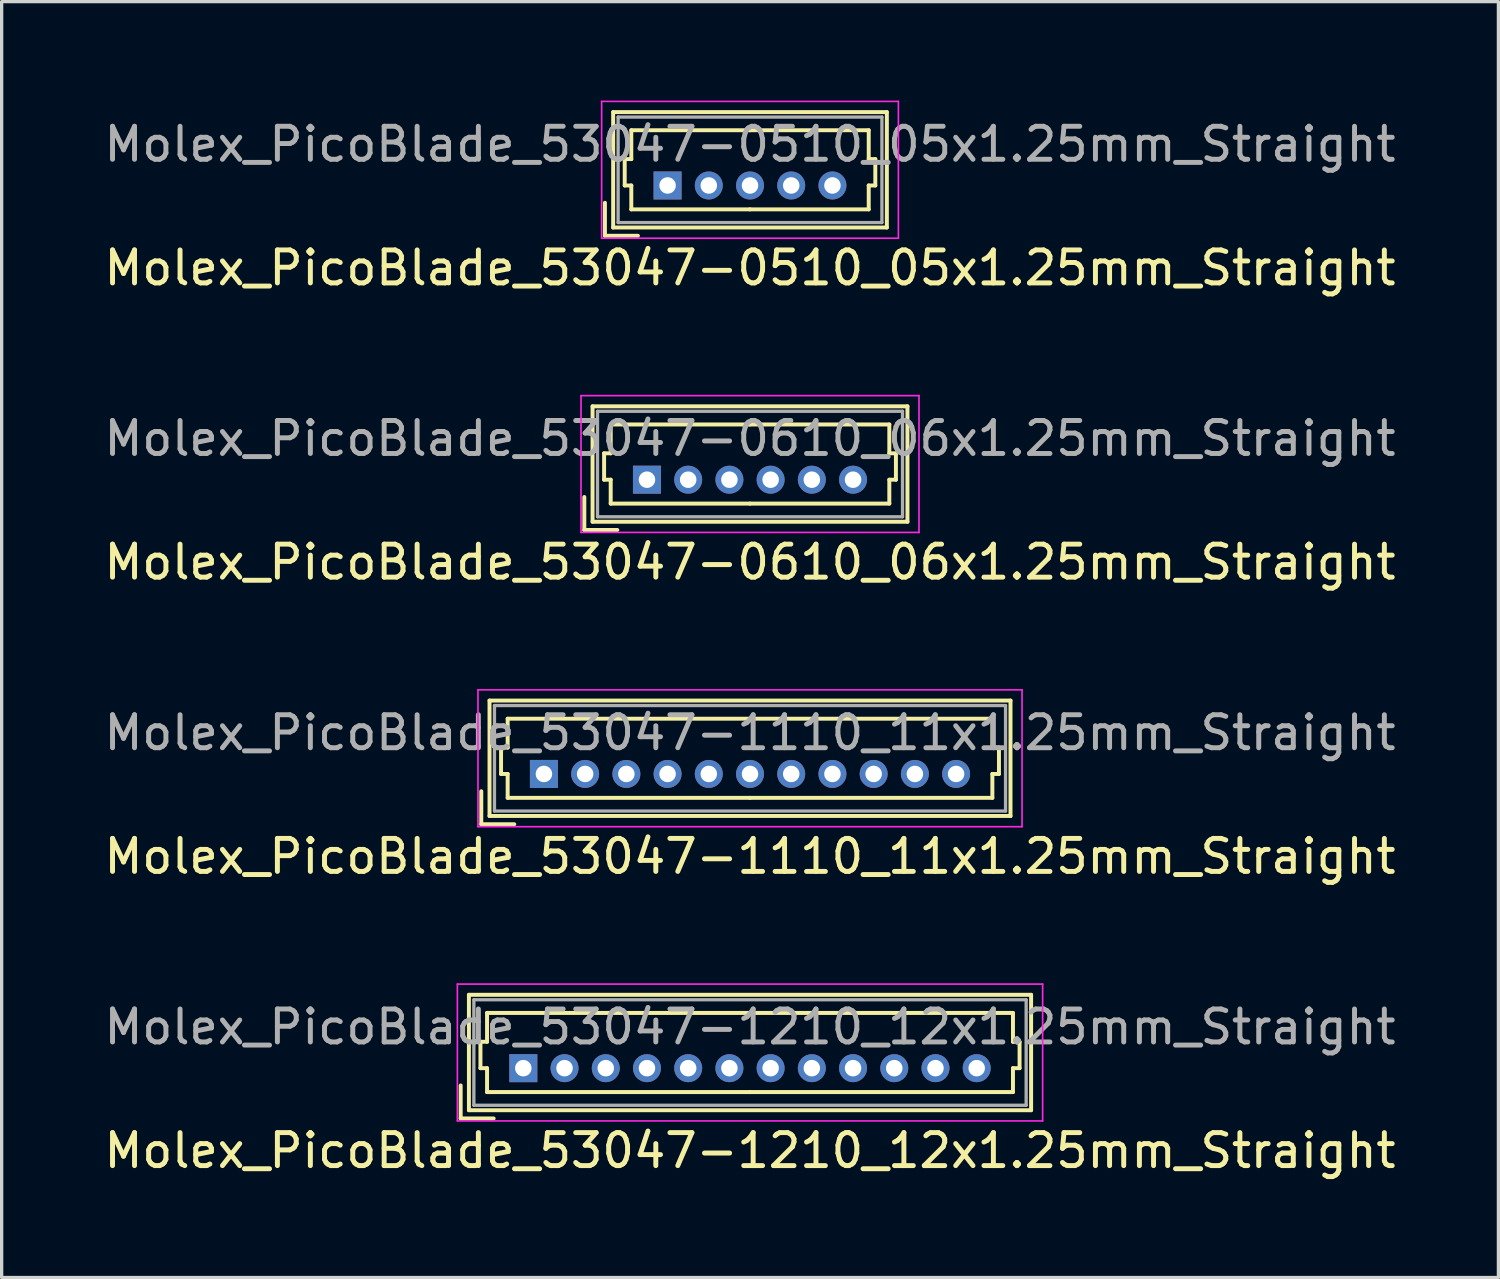
<source format=kicad_pcb>
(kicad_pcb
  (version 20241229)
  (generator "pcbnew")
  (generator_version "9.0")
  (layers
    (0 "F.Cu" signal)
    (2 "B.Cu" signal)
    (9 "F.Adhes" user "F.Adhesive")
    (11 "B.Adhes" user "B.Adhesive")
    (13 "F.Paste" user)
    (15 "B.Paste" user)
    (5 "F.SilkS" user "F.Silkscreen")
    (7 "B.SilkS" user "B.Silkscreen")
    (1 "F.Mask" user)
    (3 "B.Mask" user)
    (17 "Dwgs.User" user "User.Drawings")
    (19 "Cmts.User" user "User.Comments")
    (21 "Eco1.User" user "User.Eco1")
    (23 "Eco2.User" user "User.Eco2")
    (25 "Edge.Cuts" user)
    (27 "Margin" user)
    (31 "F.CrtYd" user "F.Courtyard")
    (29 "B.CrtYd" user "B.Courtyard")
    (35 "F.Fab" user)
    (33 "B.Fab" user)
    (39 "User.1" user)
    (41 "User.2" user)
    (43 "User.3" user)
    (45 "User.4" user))
  (footprint "Molex_PicoBlade_53047-1110_11x1.25mm_Straight"
    (layer "F.Cu")
    (at 13.446 20.422)
    (property "Reference" "Molex_PicoBlade_53047-1110_11x1.25mm_Straight" (at 6.25 2.5 0) (layer "F.SilkS") (effects (font (size 1 1) (thickness 0.15))))
    (attr through_hole)
    (fp_line (start -1.9 1.525) (end -1.9 0.525) (stroke (width 0.12) (type solid)) (layer "F.SilkS"))
    (fp_line (start -1.9 1.525) (end -0.9 1.525) (stroke (width 0.12) (type solid)) (layer "F.SilkS"))
    (fp_line (start -1.65 -2.225) (end -1.65 1.275) (stroke (width 0.12) (type solid)) (layer "F.SilkS"))
    (fp_line (start -1.65 1.275) (end 14.15 1.275) (stroke (width 0.12) (type solid)) (layer "F.SilkS"))
    (fp_line (start -1.3 -0.8) (end -1.1 -0.8) (stroke (width 0.12) (type solid)) (layer "F.SilkS"))
    (fp_line (start -1.3 0) (end -1.3 -0.8) (stroke (width 0.12) (type solid)) (layer "F.SilkS"))
    (fp_line (start -1.1 -1.675) (end 6.25 -1.675) (stroke (width 0.12) (type solid)) (layer "F.SilkS"))
    (fp_line (start -1.1 -0.8) (end -1.1 -1.675) (stroke (width 0.12) (type solid)) (layer "F.SilkS"))
    (fp_line (start -1.1 0) (end -1.3 0) (stroke (width 0.12) (type solid)) (layer "F.SilkS"))
    (fp_line (start -1.1 0.725) (end -1.1 0) (stroke (width 0.12) (type solid)) (layer "F.SilkS"))
    (fp_line (start 6.25 0.725) (end -1.1 0.725) (stroke (width 0.12) (type solid)) (layer "F.SilkS"))
    (fp_line (start 6.25 0.725) (end 13.6 0.725) (stroke (width 0.12) (type solid)) (layer "F.SilkS"))
    (fp_line (start 13.6 -1.675) (end 6.25 -1.675) (stroke (width 0.12) (type solid)) (layer "F.SilkS"))
    (fp_line (start 13.6 -0.8) (end 13.6 -1.675) (stroke (width 0.12) (type solid)) (layer "F.SilkS"))
    (fp_line (start 13.6 0) (end 13.8 0) (stroke (width 0.12) (type solid)) (layer "F.SilkS"))
    (fp_line (start 13.6 0.725) (end 13.6 0) (stroke (width 0.12) (type solid)) (layer "F.SilkS"))
    (fp_line (start 13.8 -0.8) (end 13.6 -0.8) (stroke (width 0.12) (type solid)) (layer "F.SilkS"))
    (fp_line (start 13.8 0) (end 13.8 -0.8) (stroke (width 0.12) (type solid)) (layer "F.SilkS"))
    (fp_line (start 14.15 -2.225) (end -1.65 -2.225) (stroke (width 0.12) (type solid)) (layer "F.SilkS"))
    (fp_line (start 14.15 1.275) (end 14.15 -2.225) (stroke (width 0.12) (type solid)) (layer "F.SilkS"))
    (fp_line (start -2 -2.55) (end -2 1.6) (stroke (width 0.05) (type solid)) (layer "F.CrtYd"))
    (fp_line (start -2 1.6) (end 14.5 1.6) (stroke (width 0.05) (type solid)) (layer "F.CrtYd"))
    (fp_line (start 14.5 -2.55) (end -2 -2.55) (stroke (width 0.05) (type solid)) (layer "F.CrtYd"))
    (fp_line (start 14.5 1.6) (end 14.5 -2.55) (stroke (width 0.05) (type solid)) (layer "F.CrtYd"))
    (fp_line (start -1.5 -2.075) (end -1.5 1.125) (stroke (width 0.1) (type solid)) (layer "F.Fab"))
    (fp_line (start -1.5 1.125) (end 14 1.125) (stroke (width 0.1) (type solid)) (layer "F.Fab"))
    (fp_line (start 14 -2.075) (end -1.5 -2.075) (stroke (width 0.1) (type solid)) (layer "F.Fab"))
    (fp_line (start 14 1.125) (end 14 -2.075) (stroke (width 0.1) (type solid)) (layer "F.Fab"))
    (fp_text user "${REFERENCE}" (at 6.25 -1.25 0) (layer "F.Fab") (effects (font (size 1 1) (thickness 0.15))))
    (pad "1" thru_hole rect (at 0 0) (size 0.85 0.85) (drill 0.5) (layers "*.Cu" "*.Mask"))
    (pad "2" thru_hole circle (at 1.25 0) (size 0.85 0.85) (drill 0.5) (layers "*.Cu" "*.Mask"))
    (pad "3" thru_hole circle (at 2.5 0) (size 0.85 0.85) (drill 0.5) (layers "*.Cu" "*.Mask"))
    (pad "4" thru_hole circle (at 3.75 0) (size 0.85 0.85) (drill 0.5) (layers "*.Cu" "*.Mask"))
    (pad "5" thru_hole circle (at 5 0) (size 0.85 0.85) (drill 0.5) (layers "*.Cu" "*.Mask"))
    (pad "6" thru_hole circle (at 6.25 0) (size 0.85 0.85) (drill 0.5) (layers "*.Cu" "*.Mask"))
    (pad "7" thru_hole circle (at 7.5 0) (size 0.85 0.85) (drill 0.5) (layers "*.Cu" "*.Mask"))
    (pad "8" thru_hole circle (at 8.75 0) (size 0.85 0.85) (drill 0.5) (layers "*.Cu" "*.Mask"))
    (pad "9" thru_hole circle (at 10 0) (size 0.85 0.85) (drill 0.5) (layers "*.Cu" "*.Mask"))
    (pad "10" thru_hole circle (at 11.25 0) (size 0.85 0.85) (drill 0.5) (layers "*.Cu" "*.Mask"))
    (pad "11" thru_hole circle (at 12.5 0) (size 0.85 0.85) (drill 0.5) (layers "*.Cu" "*.Mask")))
  (footprint "Molex_PicoBlade_53047-0610_06x1.25mm_Straight"
    (layer "F.Cu")
    (at 16.571 11.498)
    (property "Reference" "Molex_PicoBlade_53047-0610_06x1.25mm_Straight" (at 3.125 2.5 0) (layer "F.SilkS") (effects (font (size 1 1) (thickness 0.15))))
    (attr through_hole)
    (fp_line (start -1.9 1.525) (end -1.9 0.525) (stroke (width 0.12) (type solid)) (layer "F.SilkS"))
    (fp_line (start -1.9 1.525) (end -0.9 1.525) (stroke (width 0.12) (type solid)) (layer "F.SilkS"))
    (fp_line (start -1.65 -2.225) (end -1.65 1.275) (stroke (width 0.12) (type solid)) (layer "F.SilkS"))
    (fp_line (start -1.65 1.275) (end 7.9 1.275) (stroke (width 0.12) (type solid)) (layer "F.SilkS"))
    (fp_line (start -1.3 -0.8) (end -1.1 -0.8) (stroke (width 0.12) (type solid)) (layer "F.SilkS"))
    (fp_line (start -1.3 0) (end -1.3 -0.8) (stroke (width 0.12) (type solid)) (layer "F.SilkS"))
    (fp_line (start -1.1 -1.675) (end 3.125 -1.675) (stroke (width 0.12) (type solid)) (layer "F.SilkS"))
    (fp_line (start -1.1 -0.8) (end -1.1 -1.675) (stroke (width 0.12) (type solid)) (layer "F.SilkS"))
    (fp_line (start -1.1 0) (end -1.3 0) (stroke (width 0.12) (type solid)) (layer "F.SilkS"))
    (fp_line (start -1.1 0.725) (end -1.1 0) (stroke (width 0.12) (type solid)) (layer "F.SilkS"))
    (fp_line (start 3.125 0.725) (end -1.1 0.725) (stroke (width 0.12) (type solid)) (layer "F.SilkS"))
    (fp_line (start 3.125 0.725) (end 7.35 0.725) (stroke (width 0.12) (type solid)) (layer "F.SilkS"))
    (fp_line (start 7.35 -1.675) (end 3.125 -1.675) (stroke (width 0.12) (type solid)) (layer "F.SilkS"))
    (fp_line (start 7.35 -0.8) (end 7.35 -1.675) (stroke (width 0.12) (type solid)) (layer "F.SilkS"))
    (fp_line (start 7.35 0) (end 7.55 0) (stroke (width 0.12) (type solid)) (layer "F.SilkS"))
    (fp_line (start 7.35 0.725) (end 7.35 0) (stroke (width 0.12) (type solid)) (layer "F.SilkS"))
    (fp_line (start 7.55 -0.8) (end 7.35 -0.8) (stroke (width 0.12) (type solid)) (layer "F.SilkS"))
    (fp_line (start 7.55 0) (end 7.55 -0.8) (stroke (width 0.12) (type solid)) (layer "F.SilkS"))
    (fp_line (start 7.9 -2.225) (end -1.65 -2.225) (stroke (width 0.12) (type solid)) (layer "F.SilkS"))
    (fp_line (start 7.9 1.275) (end 7.9 -2.225) (stroke (width 0.12) (type solid)) (layer "F.SilkS"))
    (fp_line (start -2 -2.55) (end -2 1.6) (stroke (width 0.05) (type solid)) (layer "F.CrtYd"))
    (fp_line (start -2 1.6) (end 8.25 1.6) (stroke (width 0.05) (type solid)) (layer "F.CrtYd"))
    (fp_line (start 8.25 -2.55) (end -2 -2.55) (stroke (width 0.05) (type solid)) (layer "F.CrtYd"))
    (fp_line (start 8.25 1.6) (end 8.25 -2.55) (stroke (width 0.05) (type solid)) (layer "F.CrtYd"))
    (fp_line (start -1.5 -2.075) (end -1.5 1.125) (stroke (width 0.1) (type solid)) (layer "F.Fab"))
    (fp_line (start -1.5 1.125) (end 7.75 1.125) (stroke (width 0.1) (type solid)) (layer "F.Fab"))
    (fp_line (start 7.75 -2.075) (end -1.5 -2.075) (stroke (width 0.1) (type solid)) (layer "F.Fab"))
    (fp_line (start 7.75 1.125) (end 7.75 -2.075) (stroke (width 0.1) (type solid)) (layer "F.Fab"))
    (fp_text user "${REFERENCE}" (at 3.125 -1.25 0) (layer "F.Fab") (effects (font (size 1 1) (thickness 0.15))))
    (pad "1" thru_hole rect (at 0 0) (size 0.85 0.85) (drill 0.5) (layers "*.Cu" "*.Mask"))
    (pad "2" thru_hole circle (at 1.25 0) (size 0.85 0.85) (drill 0.5) (layers "*.Cu" "*.Mask"))
    (pad "3" thru_hole circle (at 2.5 0) (size 0.85 0.85) (drill 0.5) (layers "*.Cu" "*.Mask"))
    (pad "4" thru_hole circle (at 3.75 0) (size 0.85 0.85) (drill 0.5) (layers "*.Cu" "*.Mask"))
    (pad "5" thru_hole circle (at 5 0) (size 0.85 0.85) (drill 0.5) (layers "*.Cu" "*.Mask"))
    (pad "6" thru_hole circle (at 6.25 0) (size 0.85 0.85) (drill 0.5) (layers "*.Cu" "*.Mask")))
  (footprint "Molex_PicoBlade_53047-1210_12x1.25mm_Straight"
    (layer "F.Cu")
    (at 12.821 29.345)
    (property "Reference" "Molex_PicoBlade_53047-1210_12x1.25mm_Straight" (at 6.875 2.5 0) (layer "F.SilkS") (effects (font (size 1 1) (thickness 0.15))))
    (attr through_hole)
    (fp_line (start -1.9 1.525) (end -1.9 0.525) (stroke (width 0.12) (type solid)) (layer "F.SilkS"))
    (fp_line (start -1.9 1.525) (end -0.9 1.525) (stroke (width 0.12) (type solid)) (layer "F.SilkS"))
    (fp_line (start -1.65 -2.225) (end -1.65 1.275) (stroke (width 0.12) (type solid)) (layer "F.SilkS"))
    (fp_line (start -1.65 1.275) (end 15.4 1.275) (stroke (width 0.12) (type solid)) (layer "F.SilkS"))
    (fp_line (start -1.3 -0.8) (end -1.1 -0.8) (stroke (width 0.12) (type solid)) (layer "F.SilkS"))
    (fp_line (start -1.3 0) (end -1.3 -0.8) (stroke (width 0.12) (type solid)) (layer "F.SilkS"))
    (fp_line (start -1.1 -1.675) (end 6.875 -1.675) (stroke (width 0.12) (type solid)) (layer "F.SilkS"))
    (fp_line (start -1.1 -0.8) (end -1.1 -1.675) (stroke (width 0.12) (type solid)) (layer "F.SilkS"))
    (fp_line (start -1.1 0) (end -1.3 0) (stroke (width 0.12) (type solid)) (layer "F.SilkS"))
    (fp_line (start -1.1 0.725) (end -1.1 0) (stroke (width 0.12) (type solid)) (layer "F.SilkS"))
    (fp_line (start 6.875 0.725) (end -1.1 0.725) (stroke (width 0.12) (type solid)) (layer "F.SilkS"))
    (fp_line (start 6.875 0.725) (end 14.85 0.725) (stroke (width 0.12) (type solid)) (layer "F.SilkS"))
    (fp_line (start 14.85 -1.675) (end 6.875 -1.675) (stroke (width 0.12) (type solid)) (layer "F.SilkS"))
    (fp_line (start 14.85 -0.8) (end 14.85 -1.675) (stroke (width 0.12) (type solid)) (layer "F.SilkS"))
    (fp_line (start 14.85 0) (end 15.05 0) (stroke (width 0.12) (type solid)) (layer "F.SilkS"))
    (fp_line (start 14.85 0.725) (end 14.85 0) (stroke (width 0.12) (type solid)) (layer "F.SilkS"))
    (fp_line (start 15.05 -0.8) (end 14.85 -0.8) (stroke (width 0.12) (type solid)) (layer "F.SilkS"))
    (fp_line (start 15.05 0) (end 15.05 -0.8) (stroke (width 0.12) (type solid)) (layer "F.SilkS"))
    (fp_line (start 15.4 -2.225) (end -1.65 -2.225) (stroke (width 0.12) (type solid)) (layer "F.SilkS"))
    (fp_line (start 15.4 1.275) (end 15.4 -2.225) (stroke (width 0.12) (type solid)) (layer "F.SilkS"))
    (fp_line (start -2 -2.55) (end -2 1.6) (stroke (width 0.05) (type solid)) (layer "F.CrtYd"))
    (fp_line (start -2 1.6) (end 15.75 1.6) (stroke (width 0.05) (type solid)) (layer "F.CrtYd"))
    (fp_line (start 15.75 -2.55) (end -2 -2.55) (stroke (width 0.05) (type solid)) (layer "F.CrtYd"))
    (fp_line (start 15.75 1.6) (end 15.75 -2.55) (stroke (width 0.05) (type solid)) (layer "F.CrtYd"))
    (fp_line (start -1.5 -2.075) (end -1.5 1.125) (stroke (width 0.1) (type solid)) (layer "F.Fab"))
    (fp_line (start -1.5 1.125) (end 15.25 1.125) (stroke (width 0.1) (type solid)) (layer "F.Fab"))
    (fp_line (start 15.25 -2.075) (end -1.5 -2.075) (stroke (width 0.1) (type solid)) (layer "F.Fab"))
    (fp_line (start 15.25 1.125) (end 15.25 -2.075) (stroke (width 0.1) (type solid)) (layer "F.Fab"))
    (fp_text user "${REFERENCE}" (at 6.875 -1.25 0) (layer "F.Fab") (effects (font (size 1 1) (thickness 0.15))))
    (pad "1" thru_hole rect (at 0 0) (size 0.85 0.85) (drill 0.5) (layers "*.Cu" "*.Mask"))
    (pad "2" thru_hole circle (at 1.25 0) (size 0.85 0.85) (drill 0.5) (layers "*.Cu" "*.Mask"))
    (pad "3" thru_hole circle (at 2.5 0) (size 0.85 0.85) (drill 0.5) (layers "*.Cu" "*.Mask"))
    (pad "4" thru_hole circle (at 3.75 0) (size 0.85 0.85) (drill 0.5) (layers "*.Cu" "*.Mask"))
    (pad "5" thru_hole circle (at 5 0) (size 0.85 0.85) (drill 0.5) (layers "*.Cu" "*.Mask"))
    (pad "6" thru_hole circle (at 6.25 0) (size 0.85 0.85) (drill 0.5) (layers "*.Cu" "*.Mask"))
    (pad "7" thru_hole circle (at 7.5 0) (size 0.85 0.85) (drill 0.5) (layers "*.Cu" "*.Mask"))
    (pad "8" thru_hole circle (at 8.75 0) (size 0.85 0.85) (drill 0.5) (layers "*.Cu" "*.Mask"))
    (pad "9" thru_hole circle (at 10 0) (size 0.85 0.85) (drill 0.5) (layers "*.Cu" "*.Mask"))
    (pad "10" thru_hole circle (at 11.25 0) (size 0.85 0.85) (drill 0.5) (layers "*.Cu" "*.Mask"))
    (pad "11" thru_hole circle (at 12.5 0) (size 0.85 0.85) (drill 0.5) (layers "*.Cu" "*.Mask"))
    (pad "12" thru_hole circle (at 13.75 0) (size 0.85 0.85) (drill 0.5) (layers "*.Cu" "*.Mask")))
  (footprint "Molex_PicoBlade_53047-0510_05x1.25mm_Straight"
    (layer "F.Cu")
    (at 17.196 2.575)
    (property "Reference" "Molex_PicoBlade_53047-0510_05x1.25mm_Straight" (at 2.5 2.5 0) (layer "F.SilkS") (effects (font (size 1 1) (thickness 0.15))))
    (attr through_hole)
    (fp_line (start -1.9 1.525) (end -1.9 0.525) (stroke (width 0.12) (type solid)) (layer "F.SilkS"))
    (fp_line (start -1.9 1.525) (end -0.9 1.525) (stroke (width 0.12) (type solid)) (layer "F.SilkS"))
    (fp_line (start -1.65 -2.225) (end -1.65 1.275) (stroke (width 0.12) (type solid)) (layer "F.SilkS"))
    (fp_line (start -1.65 1.275) (end 6.65 1.275) (stroke (width 0.12) (type solid)) (layer "F.SilkS"))
    (fp_line (start -1.3 -0.8) (end -1.1 -0.8) (stroke (width 0.12) (type solid)) (layer "F.SilkS"))
    (fp_line (start -1.3 0) (end -1.3 -0.8) (stroke (width 0.12) (type solid)) (layer "F.SilkS"))
    (fp_line (start -1.1 -1.675) (end 2.5 -1.675) (stroke (width 0.12) (type solid)) (layer "F.SilkS"))
    (fp_line (start -1.1 -0.8) (end -1.1 -1.675) (stroke (width 0.12) (type solid)) (layer "F.SilkS"))
    (fp_line (start -1.1 0) (end -1.3 0) (stroke (width 0.12) (type solid)) (layer "F.SilkS"))
    (fp_line (start -1.1 0.725) (end -1.1 0) (stroke (width 0.12) (type solid)) (layer "F.SilkS"))
    (fp_line (start 2.5 0.725) (end -1.1 0.725) (stroke (width 0.12) (type solid)) (layer "F.SilkS"))
    (fp_line (start 2.5 0.725) (end 6.1 0.725) (stroke (width 0.12) (type solid)) (layer "F.SilkS"))
    (fp_line (start 6.1 -1.675) (end 2.5 -1.675) (stroke (width 0.12) (type solid)) (layer "F.SilkS"))
    (fp_line (start 6.1 -0.8) (end 6.1 -1.675) (stroke (width 0.12) (type solid)) (layer "F.SilkS"))
    (fp_line (start 6.1 0) (end 6.3 0) (stroke (width 0.12) (type solid)) (layer "F.SilkS"))
    (fp_line (start 6.1 0.725) (end 6.1 0) (stroke (width 0.12) (type solid)) (layer "F.SilkS"))
    (fp_line (start 6.3 -0.8) (end 6.1 -0.8) (stroke (width 0.12) (type solid)) (layer "F.SilkS"))
    (fp_line (start 6.3 0) (end 6.3 -0.8) (stroke (width 0.12) (type solid)) (layer "F.SilkS"))
    (fp_line (start 6.65 -2.225) (end -1.65 -2.225) (stroke (width 0.12) (type solid)) (layer "F.SilkS"))
    (fp_line (start 6.65 1.275) (end 6.65 -2.225) (stroke (width 0.12) (type solid)) (layer "F.SilkS"))
    (fp_line (start -2 -2.55) (end -2 1.6) (stroke (width 0.05) (type solid)) (layer "F.CrtYd"))
    (fp_line (start -2 1.6) (end 7 1.6) (stroke (width 0.05) (type solid)) (layer "F.CrtYd"))
    (fp_line (start 7 -2.55) (end -2 -2.55) (stroke (width 0.05) (type solid)) (layer "F.CrtYd"))
    (fp_line (start 7 1.6) (end 7 -2.55) (stroke (width 0.05) (type solid)) (layer "F.CrtYd"))
    (fp_line (start -1.5 -2.075) (end -1.5 1.125) (stroke (width 0.1) (type solid)) (layer "F.Fab"))
    (fp_line (start -1.5 1.125) (end 6.5 1.125) (stroke (width 0.1) (type solid)) (layer "F.Fab"))
    (fp_line (start 6.5 -2.075) (end -1.5 -2.075) (stroke (width 0.1) (type solid)) (layer "F.Fab"))
    (fp_line (start 6.5 1.125) (end 6.5 -2.075) (stroke (width 0.1) (type solid)) (layer "F.Fab"))
    (fp_text user "${REFERENCE}" (at 2.5 -1.25 0) (layer "F.Fab") (effects (font (size 1 1) (thickness 0.15))))
    (pad "1" thru_hole rect (at 0 0) (size 0.85 0.85) (drill 0.5) (layers "*.Cu" "*.Mask"))
    (pad "2" thru_hole circle (at 1.25 0) (size 0.85 0.85) (drill 0.5) (layers "*.Cu" "*.Mask"))
    (pad "3" thru_hole circle (at 2.5 0) (size 0.85 0.85) (drill 0.5) (layers "*.Cu" "*.Mask"))
    (pad "4" thru_hole circle (at 3.75 0) (size 0.85 0.85) (drill 0.5) (layers "*.Cu" "*.Mask"))
    (pad "5" thru_hole circle (at 5 0) (size 0.85 0.85) (drill 0.5) (layers "*.Cu" "*.Mask")))
  (gr_rect
    (start -3 -3)
    (end 42.393 35.693)
    (stroke (width 0.1) (type default))
    (fill no)
    (layer "Edge.Cuts")))
</source>
